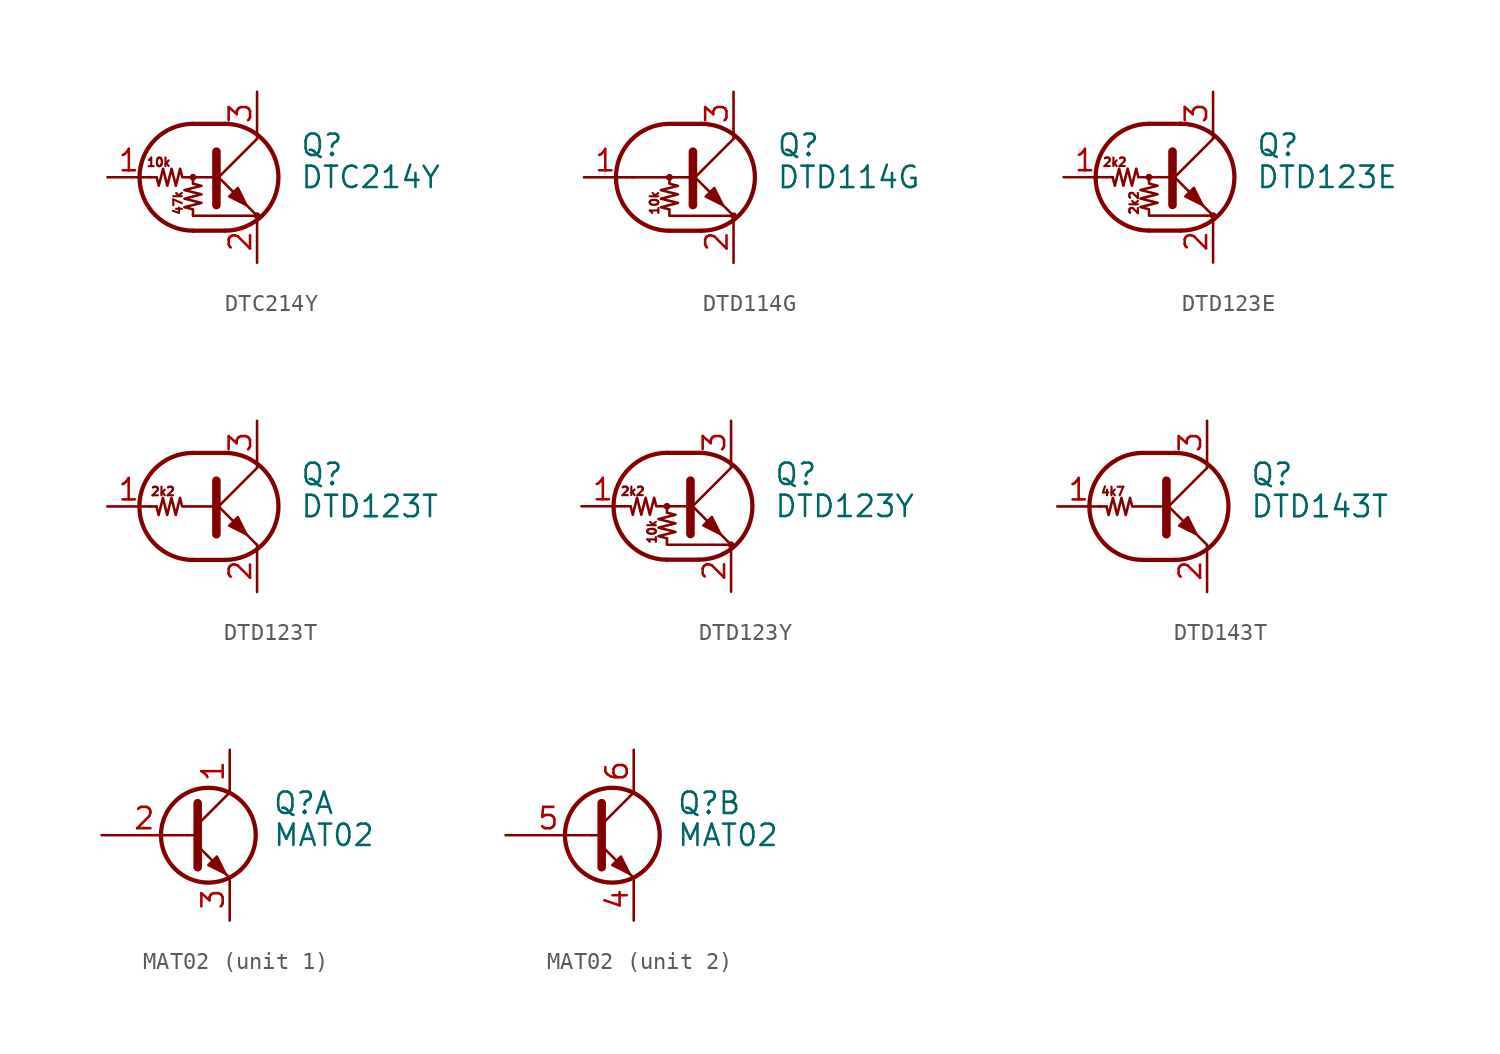
<source format=kicad_sym>
(kicad_symbol_lib
  (version 20201005)
  (generator kicad_symbol_editor)
  (symbol "DTC214Y"
    (pin_names
      (offset 0) hide)
    (property "Reference" "Q"
      (at 5.08 1.905 0)
      (effects (font (size 1.27 1.27)) (justify left)))
    (property "Value" "DTC214Y"
      (at 5.08 0 0)
      (effects (font (size 1.27 1.27)) (justify left)))
    (symbol "DTC214Y_0_0"
      (text "10k" (at -3.302 0.889 0) (effects (font (size 0.508 0.508))))
      (text "47k" (at -2.159 -1.524 900) (effects (font (size 0.508 0.508)))))
    (symbol "DTC214Y_0_1"
      (arc (start -1.27 3.175) (end -1.27 -3.175) (radius (at -1.27 0) (length 3.175) (angles 90.1 -90.1)) (stroke (width 0.254)) (fill (type none)))
      (arc (start 0.635 -3.175) (end 0.635 3.175) (radius (at 0.635 0) (length 3.175) (angles -89.9 89.9)) (stroke (width 0.254)) (fill (type none)))
      (circle (center -1.27 0) (radius 0.127) (stroke (width 0)) (fill (type none)))
      (circle (center 2.54 -2.286) (radius 0.127) (stroke (width 0)) (fill (type none)))
      (polyline (pts (xy -3.429 0) (xy -3.81 0)) (stroke (width 0)) (fill (type none)))
      (polyline (pts (xy -1.27 -3.175) (xy 0.635 -3.175)) (stroke (width 0.254)) (fill (type none)))
      (polyline (pts (xy -1.27 3.175) (xy 0.635 3.175)) (stroke (width 0.254)) (fill (type none)))
      (polyline (pts (xy 0 -0.254) (xy 2.54 2.286)) (stroke (width 0)) (fill (type none)))
      (polyline (pts (xy 0.127 1.524) (xy 0.127 -1.651)) (stroke (width 0.508)) (fill (type outline)))
      (polyline (pts (xy 2.54 2.286) (xy 2.54 2.54)) (stroke (width 0)) (fill (type none)))
      (polyline (pts (xy 2.54 -2.286) (xy 0 0.254) (xy 0 0.254)) (stroke (width 0)) (fill (type none)))
      (polyline (pts (xy 0.889 -1.143) (xy 1.397 -0.635) (xy 1.905 -1.651) (xy 0.889 -1.143)) (stroke (width 0)) (fill (type outline)))
      (polyline (pts (xy 0 0) (xy -1.905 0) (xy -2.032 0.508) (xy -2.286 -0.508) (xy -2.54 0.508) (xy -2.794 -0.508) (xy -3.048 0.508) (xy -3.302 -0.508) (xy -3.429 0)) (stroke (width 0)) (fill (type none)))
      (polyline (pts (xy -1.27 0) (xy -1.27 -0.381) (xy -0.762 -0.508) (xy -1.778 -0.762) (xy -0.762 -1.016) (xy -1.778 -1.27) (xy -0.762 -1.524) (xy -1.778 -1.778) (xy -1.27 -1.905) (xy -1.27 -2.286) (xy 2.54 -2.286)) (stroke (width 0)) (fill (type none))))
    (symbol "DTC214Y_1_1"
      (pin input line (at -6.35 0 0) (length 2.54) (name "B" (effects (font (size 1.27 1.27)))) (number "1" (effects (font (size 1.27 1.27)))))
      (pin passive line (at 2.54 -5.08 90) (length 2.54) (name "E" (effects (font (size 1.27 1.27)))) (number "2" (effects (font (size 1.27 1.27)))))
      (pin passive line (at 2.54 5.08 270) (length 2.54) (name "C" (effects (font (size 1.27 1.27)))) (number "3" (effects (font (size 1.27 1.27)))))))
  (symbol "DTD114G"
    (pin_names
      (offset 0) hide)
    (property "Reference" "Q"
      (at 5.08 1.905 0)
      (effects (font (size 1.27 1.27)) (justify left)))
    (property "Value" "DTD114G"
      (at 5.08 0 0)
      (effects (font (size 1.27 1.27)) (justify left)))
    (symbol "DTD114G_0_0"
      (text "10k" (at -2.159 -1.524 900) (effects (font (size 0.508 0.508))))
      (polyline (pts (xy -3.429 0) (xy 0 0)) (stroke (width 0)) (fill (type none))))
    (symbol "DTD114G_0_1"
      (arc (start -1.27 3.175) (end -1.27 -3.175) (radius (at -1.27 0) (length 3.175) (angles 90.1 -90.1)) (stroke (width 0.254)) (fill (type none)))
      (arc (start 0.635 -3.175) (end 0.635 3.175) (radius (at 0.635 0) (length 3.175) (angles -89.9 89.9)) (stroke (width 0.254)) (fill (type none)))
      (circle (center -1.27 0) (radius 0.127) (stroke (width 0)) (fill (type none)))
      (circle (center 2.54 -2.286) (radius 0.127) (stroke (width 0)) (fill (type none)))
      (polyline (pts (xy -3.429 0) (xy -3.81 0)) (stroke (width 0)) (fill (type none)))
      (polyline (pts (xy -1.27 -3.175) (xy 0.635 -3.175)) (stroke (width 0.254)) (fill (type none)))
      (polyline (pts (xy -1.27 3.175) (xy 0.635 3.175)) (stroke (width 0.254)) (fill (type none)))
      (polyline (pts (xy 0 -0.254) (xy 2.54 2.286)) (stroke (width 0)) (fill (type none)))
      (polyline (pts (xy 0.127 1.524) (xy 0.127 -1.651)) (stroke (width 0.508)) (fill (type outline)))
      (polyline (pts (xy 2.54 2.286) (xy 2.54 2.54)) (stroke (width 0)) (fill (type none)))
      (polyline (pts (xy 2.54 -2.286) (xy 0 0.254) (xy 0 0.254)) (stroke (width 0)) (fill (type none)))
      (polyline (pts (xy 0.889 -1.143) (xy 1.397 -0.635) (xy 1.905 -1.651) (xy 0.889 -1.143)) (stroke (width 0)) (fill (type outline)))
      (polyline (pts (xy -1.27 0) (xy -1.27 -0.381) (xy -0.762 -0.508) (xy -1.778 -0.762) (xy -0.762 -1.016) (xy -1.778 -1.27) (xy -0.762 -1.524) (xy -1.778 -1.778) (xy -1.27 -1.905) (xy -1.27 -2.286) (xy 2.54 -2.286)) (stroke (width 0)) (fill (type none))))
    (symbol "DTD114G_1_1"
      (pin input line (at -6.35 0 0) (length 2.54) (name "B" (effects (font (size 1.27 1.27)))) (number "1" (effects (font (size 1.27 1.27)))))
      (pin passive line (at 2.54 -5.08 90) (length 2.54) (name "E" (effects (font (size 1.27 1.27)))) (number "2" (effects (font (size 1.27 1.27)))))
      (pin passive line (at 2.54 5.08 270) (length 2.54) (name "C" (effects (font (size 1.27 1.27)))) (number "3" (effects (font (size 1.27 1.27)))))))
  (symbol "DTD123E"
    (pin_names
      (offset 0) hide)
    (property "Reference" "Q"
      (at 5.08 1.905 0)
      (effects (font (size 1.27 1.27)) (justify left)))
    (property "Value" "DTD123E"
      (at 5.08 0 0)
      (effects (font (size 1.27 1.27)) (justify left)))
    (symbol "DTD123E_0_0"
      (text "2k2" (at -3.302 0.889 0) (effects (font (size 0.508 0.508))))
      (text "2k2" (at -2.159 -1.524 900) (effects (font (size 0.508 0.508)))))
    (symbol "DTD123E_0_1"
      (arc (start -1.27 3.175) (end -1.27 -3.175) (radius (at -1.27 0) (length 3.175) (angles 90.1 -90.1)) (stroke (width 0.254)) (fill (type none)))
      (arc (start 0.635 -3.175) (end 0.635 3.175) (radius (at 0.635 0) (length 3.175) (angles -89.9 89.9)) (stroke (width 0.254)) (fill (type none)))
      (circle (center -1.27 0) (radius 0.127) (stroke (width 0)) (fill (type none)))
      (circle (center 2.54 -2.286) (radius 0.127) (stroke (width 0)) (fill (type none)))
      (polyline (pts (xy -3.429 0) (xy -3.81 0)) (stroke (width 0)) (fill (type none)))
      (polyline (pts (xy -1.27 -3.175) (xy 0.635 -3.175)) (stroke (width 0.254)) (fill (type none)))
      (polyline (pts (xy -1.27 3.175) (xy 0.635 3.175)) (stroke (width 0.254)) (fill (type none)))
      (polyline (pts (xy 0 -0.254) (xy 2.54 2.286)) (stroke (width 0)) (fill (type none)))
      (polyline (pts (xy 0.127 1.524) (xy 0.127 -1.651)) (stroke (width 0.508)) (fill (type outline)))
      (polyline (pts (xy 2.54 2.286) (xy 2.54 2.54)) (stroke (width 0)) (fill (type none)))
      (polyline (pts (xy 2.54 -2.286) (xy 0 0.254) (xy 0 0.254)) (stroke (width 0)) (fill (type none)))
      (polyline (pts (xy 0.889 -1.143) (xy 1.397 -0.635) (xy 1.905 -1.651) (xy 0.889 -1.143)) (stroke (width 0)) (fill (type outline)))
      (polyline (pts (xy 0 0) (xy -1.905 0) (xy -2.032 0.508) (xy -2.286 -0.508) (xy -2.54 0.508) (xy -2.794 -0.508) (xy -3.048 0.508) (xy -3.302 -0.508) (xy -3.429 0)) (stroke (width 0)) (fill (type none)))
      (polyline (pts (xy -1.27 0) (xy -1.27 -0.381) (xy -0.762 -0.508) (xy -1.778 -0.762) (xy -0.762 -1.016) (xy -1.778 -1.27) (xy -0.762 -1.524) (xy -1.778 -1.778) (xy -1.27 -1.905) (xy -1.27 -2.286) (xy 2.54 -2.286)) (stroke (width 0)) (fill (type none))))
    (symbol "DTD123E_1_1"
      (pin input line (at -6.35 0 0) (length 2.54) (name "B" (effects (font (size 1.27 1.27)))) (number "1" (effects (font (size 1.27 1.27)))))
      (pin passive line (at 2.54 -5.08 90) (length 2.54) (name "E" (effects (font (size 1.27 1.27)))) (number "2" (effects (font (size 1.27 1.27)))))
      (pin passive line (at 2.54 5.08 270) (length 2.54) (name "C" (effects (font (size 1.27 1.27)))) (number "3" (effects (font (size 1.27 1.27)))))))
  (symbol "DTD123T"
    (pin_names
      (offset 0) hide)
    (property "Reference" "Q"
      (at 5.08 1.905 0)
      (effects (font (size 1.27 1.27)) (justify left)))
    (property "Value" "DTD123T"
      (at 5.08 0 0)
      (effects (font (size 1.27 1.27)) (justify left)))
    (symbol "DTD123T_0_0"
      (text "2k2" (at -3.048 0.889 0) (effects (font (size 0.508 0.508))))
      (polyline (pts (xy 2.54 -2.286) (xy 2.54 -2.54)) (stroke (width 0)) (fill (type none))))
    (symbol "DTD123T_0_1"
      (arc (start -1.27 3.175) (end -1.27 -3.175) (radius (at -1.27 0) (length 3.175) (angles 90.1 -90.1)) (stroke (width 0.254)) (fill (type none)))
      (arc (start 0.635 -3.175) (end 0.635 3.175) (radius (at 0.635 0) (length 3.175) (angles -89.9 89.9)) (stroke (width 0.254)) (fill (type none)))
      (polyline (pts (xy -3.429 0) (xy -3.81 0)) (stroke (width 0)) (fill (type none)))
      (polyline (pts (xy -1.27 -3.175) (xy 0.635 -3.175)) (stroke (width 0.254)) (fill (type none)))
      (polyline (pts (xy -1.27 3.175) (xy 0.635 3.175)) (stroke (width 0.254)) (fill (type none)))
      (polyline (pts (xy 0 -0.254) (xy 2.54 2.286)) (stroke (width 0)) (fill (type none)))
      (polyline (pts (xy 0.127 1.524) (xy 0.127 -1.651)) (stroke (width 0.508)) (fill (type outline)))
      (polyline (pts (xy 2.54 2.286) (xy 2.54 2.54)) (stroke (width 0)) (fill (type none)))
      (polyline (pts (xy 2.54 -2.286) (xy 0 0.254) (xy 0 0.254)) (stroke (width 0)) (fill (type none)))
      (polyline (pts (xy 0.889 -1.143) (xy 1.397 -0.635) (xy 1.905 -1.651) (xy 0.889 -1.143)) (stroke (width 0)) (fill (type outline)))
      (polyline (pts (xy 0 0) (xy -1.905 0) (xy -2.032 0.508) (xy -2.286 -0.508) (xy -2.54 0.508) (xy -2.794 -0.508) (xy -3.048 0.508) (xy -3.302 -0.508) (xy -3.429 0)) (stroke (width 0)) (fill (type none))))
    (symbol "DTD123T_1_1"
      (pin input line (at -6.35 0 0) (length 2.54) (name "B" (effects (font (size 1.27 1.27)))) (number "1" (effects (font (size 1.27 1.27)))))
      (pin passive line (at 2.54 -5.08 90) (length 2.54) (name "E" (effects (font (size 1.27 1.27)))) (number "2" (effects (font (size 1.27 1.27)))))
      (pin passive line (at 2.54 5.08 270) (length 2.54) (name "C" (effects (font (size 1.27 1.27)))) (number "3" (effects (font (size 1.27 1.27)))))))
  (symbol "DTD123Y"
    (pin_names
      (offset 0) hide)
    (property "Reference" "Q"
      (at 5.08 1.905 0)
      (effects (font (size 1.27 1.27)) (justify left)))
    (property "Value" "DTD123Y"
      (at 5.08 0 0)
      (effects (font (size 1.27 1.27)) (justify left)))
    (symbol "DTD123Y_0_0"
      (text "10k" (at -2.159 -1.524 900) (effects (font (size 0.508 0.508))))
      (text "2k2" (at -3.302 0.889 0) (effects (font (size 0.508 0.508)))))
    (symbol "DTD123Y_0_1"
      (arc (start -1.27 3.175) (end -1.27 -3.175) (radius (at -1.27 0) (length 3.175) (angles 90.1 -90.1)) (stroke (width 0.254)) (fill (type none)))
      (arc (start 0.635 -3.175) (end 0.635 3.175) (radius (at 0.635 0) (length 3.175) (angles -89.9 89.9)) (stroke (width 0.254)) (fill (type none)))
      (circle (center -1.27 0) (radius 0.127) (stroke (width 0)) (fill (type none)))
      (circle (center 2.54 -2.286) (radius 0.127) (stroke (width 0)) (fill (type none)))
      (polyline (pts (xy -3.429 0) (xy -3.81 0)) (stroke (width 0)) (fill (type none)))
      (polyline (pts (xy -1.27 -3.175) (xy 0.635 -3.175)) (stroke (width 0.254)) (fill (type none)))
      (polyline (pts (xy -1.27 3.175) (xy 0.635 3.175)) (stroke (width 0.254)) (fill (type none)))
      (polyline (pts (xy 0 -0.254) (xy 2.54 2.286)) (stroke (width 0)) (fill (type none)))
      (polyline (pts (xy 0.127 1.524) (xy 0.127 -1.651)) (stroke (width 0.508)) (fill (type outline)))
      (polyline (pts (xy 2.54 2.286) (xy 2.54 2.54)) (stroke (width 0)) (fill (type none)))
      (polyline (pts (xy 2.54 -2.286) (xy 0 0.254) (xy 0 0.254)) (stroke (width 0)) (fill (type none)))
      (polyline (pts (xy 0.889 -1.143) (xy 1.397 -0.635) (xy 1.905 -1.651) (xy 0.889 -1.143)) (stroke (width 0)) (fill (type outline)))
      (polyline (pts (xy 0 0) (xy -1.905 0) (xy -2.032 0.508) (xy -2.286 -0.508) (xy -2.54 0.508) (xy -2.794 -0.508) (xy -3.048 0.508) (xy -3.302 -0.508) (xy -3.429 0)) (stroke (width 0)) (fill (type none)))
      (polyline (pts (xy -1.27 0) (xy -1.27 -0.381) (xy -0.762 -0.508) (xy -1.778 -0.762) (xy -0.762 -1.016) (xy -1.778 -1.27) (xy -0.762 -1.524) (xy -1.778 -1.778) (xy -1.27 -1.905) (xy -1.27 -2.286) (xy 2.54 -2.286)) (stroke (width 0)) (fill (type none))))
    (symbol "DTD123Y_1_1"
      (pin input line (at -6.35 0 0) (length 2.54) (name "B" (effects (font (size 1.27 1.27)))) (number "1" (effects (font (size 1.27 1.27)))))
      (pin passive line (at 2.54 -5.08 90) (length 2.54) (name "E" (effects (font (size 1.27 1.27)))) (number "2" (effects (font (size 1.27 1.27)))))
      (pin passive line (at 2.54 5.08 270) (length 2.54) (name "C" (effects (font (size 1.27 1.27)))) (number "3" (effects (font (size 1.27 1.27)))))))
  (symbol "DTD143T"
    (pin_names
      (offset 0) hide)
    (property "Reference" "Q"
      (at 5.08 1.905 0)
      (effects (font (size 1.27 1.27)) (justify left)))
    (property "Value" "DTD143T"
      (at 5.08 0 0)
      (effects (font (size 1.27 1.27)) (justify left)))
    (symbol "DTD143T_0_0"
      (text "4k7" (at -3.048 0.889 0) (effects (font (size 0.508 0.508))))
      (polyline (pts (xy 2.54 -2.286) (xy 2.54 -2.54)) (stroke (width 0)) (fill (type none))))
    (symbol "DTD143T_0_1"
      (arc (start -1.27 3.175) (end -1.27 -3.175) (radius (at -1.27 0) (length 3.175) (angles 90.1 -90.1)) (stroke (width 0.254)) (fill (type none)))
      (arc (start 0.635 -3.175) (end 0.635 3.175) (radius (at 0.635 0) (length 3.175) (angles -89.9 89.9)) (stroke (width 0.254)) (fill (type none)))
      (polyline (pts (xy -3.429 0) (xy -3.81 0)) (stroke (width 0)) (fill (type none)))
      (polyline (pts (xy -1.27 -3.175) (xy 0.635 -3.175)) (stroke (width 0.254)) (fill (type none)))
      (polyline (pts (xy -1.27 3.175) (xy 0.635 3.175)) (stroke (width 0.254)) (fill (type none)))
      (polyline (pts (xy 0 -0.254) (xy 2.54 2.286)) (stroke (width 0)) (fill (type none)))
      (polyline (pts (xy 0.127 1.524) (xy 0.127 -1.651)) (stroke (width 0.508)) (fill (type outline)))
      (polyline (pts (xy 2.54 2.286) (xy 2.54 2.54)) (stroke (width 0)) (fill (type none)))
      (polyline (pts (xy 2.54 -2.286) (xy 0 0.254) (xy 0 0.254)) (stroke (width 0)) (fill (type none)))
      (polyline (pts (xy 0.889 -1.143) (xy 1.397 -0.635) (xy 1.905 -1.651) (xy 0.889 -1.143)) (stroke (width 0)) (fill (type outline)))
      (polyline (pts (xy 0 0) (xy -1.905 0) (xy -2.032 0.508) (xy -2.286 -0.508) (xy -2.54 0.508) (xy -2.794 -0.508) (xy -3.048 0.508) (xy -3.302 -0.508) (xy -3.429 0)) (stroke (width 0)) (fill (type none))))
    (symbol "DTD143T_1_1"
      (pin input line (at -6.35 0 0) (length 2.54) (name "B" (effects (font (size 1.27 1.27)))) (number "1" (effects (font (size 1.27 1.27)))))
      (pin passive line (at 2.54 -5.08 90) (length 2.54) (name "E" (effects (font (size 1.27 1.27)))) (number "2" (effects (font (size 1.27 1.27)))))
      (pin passive line (at 2.54 5.08 270) (length 2.54) (name "C" (effects (font (size 1.27 1.27)))) (number "3" (effects (font (size 1.27 1.27)))))))
  (symbol "MAT02"
    (pin_names
      (offset 0) hide)
    (property "Reference" "Q"
      (at 5.08 1.905 0)
      (effects (font (size 1.27 1.27)) (justify left)))
    (property "Value" "MAT02"
      (at 5.08 0 0)
      (effects (font (size 1.27 1.27)) (justify left)))
    (symbol "MAT02_0_1"
      (circle (center 1.27 0) (radius 2.819) (stroke (width 0.254)) (fill (type none)))
      (polyline (pts (xy 0 0) (xy 0.635 0)) (stroke (width 0)) (fill (type none)))
      (polyline (pts (xy 0.635 0.635) (xy 2.54 2.54)) (stroke (width 0)) (fill (type none)))
      (polyline (pts (xy 0.635 -0.635) (xy 2.54 -2.54) (xy 2.54 -2.54)) (stroke (width 0)) (fill (type none)))
      (polyline (pts (xy 0.635 1.905) (xy 0.635 -1.905) (xy 0.635 -1.905)) (stroke (width 0.508)) (fill (type none)))
      (polyline (pts (xy 1.27 -1.778) (xy 1.778 -1.27) (xy 2.286 -2.286) (xy 1.27 -1.778) (xy 1.27 -1.778)) (stroke (width 0)) (fill (type outline))))
    (symbol "MAT02_1_1"
      (pin passive line (at 2.54 5.08 270) (length 2.54) (name "C" (effects (font (size 1.27 1.27)))) (number "1" (effects (font (size 1.27 1.27)))))
      (pin input line (at -5.08 0 0) (length 5.08) (name "B" (effects (font (size 1.27 1.27)))) (number "2" (effects (font (size 1.27 1.27)))))
      (pin passive line (at 2.54 -5.08 90) (length 2.54) (name "E" (effects (font (size 1.27 1.27)))) (number "3" (effects (font (size 1.27 1.27))))))
    (symbol "MAT02_2_1"
      (pin passive line (at 2.54 -5.08 90) (length 2.54) (name "E" (effects (font (size 1.27 1.27)))) (number "4" (effects (font (size 1.27 1.27)))))
      (pin input line (at -5.08 0 0) (length 5.08) (name "B" (effects (font (size 1.27 1.27)))) (number "5" (effects (font (size 1.27 1.27)))))
      (pin passive line (at 2.54 5.08 270) (length 2.54) (name "C" (effects (font (size 1.27 1.27)))) (number "6" (effects (font (size 1.27 1.27))))))))
</source>
